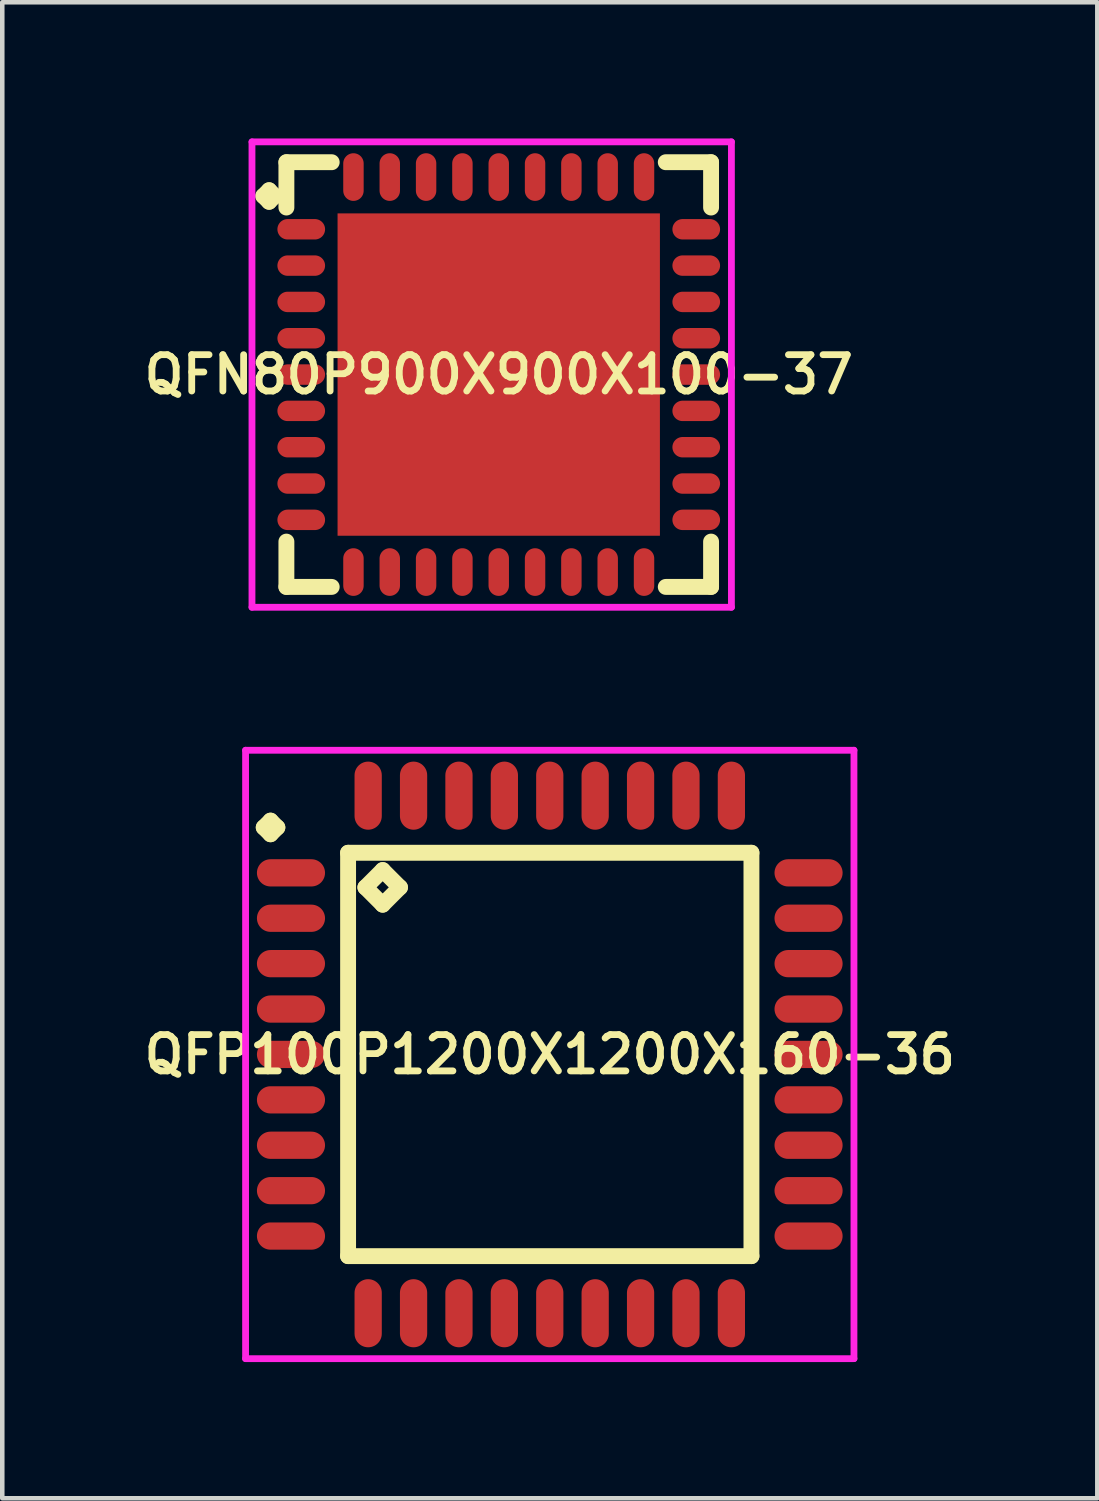
<source format=kicad_pcb>
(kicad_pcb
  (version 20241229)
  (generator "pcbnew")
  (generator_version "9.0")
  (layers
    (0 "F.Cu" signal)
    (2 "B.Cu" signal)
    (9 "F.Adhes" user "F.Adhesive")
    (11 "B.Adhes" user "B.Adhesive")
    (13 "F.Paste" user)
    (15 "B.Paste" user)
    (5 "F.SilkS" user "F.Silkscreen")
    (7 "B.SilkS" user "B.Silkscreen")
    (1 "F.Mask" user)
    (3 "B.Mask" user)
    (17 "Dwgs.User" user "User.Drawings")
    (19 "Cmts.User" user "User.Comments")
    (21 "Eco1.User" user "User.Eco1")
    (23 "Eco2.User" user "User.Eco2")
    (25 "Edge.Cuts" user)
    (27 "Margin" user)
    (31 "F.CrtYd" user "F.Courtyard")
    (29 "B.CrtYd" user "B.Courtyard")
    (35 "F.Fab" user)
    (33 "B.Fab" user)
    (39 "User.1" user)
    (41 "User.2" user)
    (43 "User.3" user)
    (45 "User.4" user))
  (footprint "QFP100P1200X1200X160-36"
    (layer "F.Cu")
    (at 9.059 20.175)
    (property "Reference" "QFP100P1200X1200X160-36" (at 0 0 0) (layer "F.SilkS") (effects (font (size 0.8 0.8) (thickness 0.15))))
    (attr through_hole)
    (fp_line (start -6.3 -5) (end -6.15 -5.15) (stroke (width 0.35) (type solid)) (layer "F.SilkS"))
    (fp_line (start -6.15 -5.15) (end -6 -5) (stroke (width 0.35) (type solid)) (layer "F.SilkS"))
    (fp_line (start -6.15 -4.85) (end -6.3 -5) (stroke (width 0.35) (type solid)) (layer "F.SilkS"))
    (fp_line (start -6 -5) (end -6.15 -4.85) (stroke (width 0.35) (type solid)) (layer "F.SilkS"))
    (fp_line (start -4.442 -4.442) (end -4.442 4.442) (stroke (width 0.35) (type solid)) (layer "F.SilkS"))
    (fp_line (start -4.442 4.442) (end 4.442 4.442) (stroke (width 0.35) (type solid)) (layer "F.SilkS"))
    (fp_line (start -4.061 -3.68) (end -3.68 -4.061) (stroke (width 0.35) (type solid)) (layer "F.SilkS"))
    (fp_line (start -3.68 -4.061) (end -3.299 -3.68) (stroke (width 0.35) (type solid)) (layer "F.SilkS"))
    (fp_line (start -3.68 -3.299) (end -4.061 -3.68) (stroke (width 0.35) (type solid)) (layer "F.SilkS"))
    (fp_line (start -3.299 -3.68) (end -3.68 -3.299) (stroke (width 0.35) (type solid)) (layer "F.SilkS"))
    (fp_line (start 4.442 -4.442) (end -4.442 -4.442) (stroke (width 0.35) (type solid)) (layer "F.SilkS"))
    (fp_line (start 4.442 4.442) (end 4.442 -4.442) (stroke (width 0.35) (type solid)) (layer "F.SilkS"))
    (fp_line (start -6.7 -6.7) (end 6.7 -6.7) (stroke (width 0.15) (type solid)) (layer "F.CrtYd"))
    (fp_line (start -6.7 6.7) (end -6.7 -6.7) (stroke (width 0.15) (type solid)) (layer "F.CrtYd"))
    (fp_line (start 6.7 -6.7) (end 6.7 6.7) (stroke (width 0.15) (type solid)) (layer "F.CrtYd"))
    (fp_line (start 6.7 6.7) (end -6.7 6.7) (stroke (width 0.15) (type solid)) (layer "F.CrtYd"))
    (pad "1" smd oval (at -5.7 -4) (size 1.5 0.6) (layers "F.Cu" "F.Mask" "F.Paste"))
    (pad "2" smd oval (at -5.7 -3) (size 1.5 0.6) (layers "F.Cu" "F.Mask" "F.Paste"))
    (pad "3" smd oval (at -5.7 -2) (size 1.5 0.6) (layers "F.Cu" "F.Mask" "F.Paste"))
    (pad "4" smd oval (at -5.7 -1) (size 1.5 0.6) (layers "F.Cu" "F.Mask" "F.Paste"))
    (pad "5" smd oval (at -5.7 0) (size 1.5 0.6) (layers "F.Cu" "F.Mask" "F.Paste"))
    (pad "6" smd oval (at -5.7 1) (size 1.5 0.6) (layers "F.Cu" "F.Mask" "F.Paste"))
    (pad "7" smd oval (at -5.7 2) (size 1.5 0.6) (layers "F.Cu" "F.Mask" "F.Paste"))
    (pad "8" smd oval (at -5.7 3) (size 1.5 0.6) (layers "F.Cu" "F.Mask" "F.Paste"))
    (pad "9" smd oval (at -5.7 4) (size 1.5 0.6) (layers "F.Cu" "F.Mask" "F.Paste"))
    (pad "10" smd oval (at -4 5.7) (size 0.6 1.5) (layers "F.Cu" "F.Mask" "F.Paste"))
    (pad "11" smd oval (at -3 5.7) (size 0.6 1.5) (layers "F.Cu" "F.Mask" "F.Paste"))
    (pad "12" smd oval (at -2 5.7) (size 0.6 1.5) (layers "F.Cu" "F.Mask" "F.Paste"))
    (pad "13" smd oval (at -1 5.7) (size 0.6 1.5) (layers "F.Cu" "F.Mask" "F.Paste"))
    (pad "14" smd oval (at 0 5.7) (size 0.6 1.5) (layers "F.Cu" "F.Mask" "F.Paste"))
    (pad "15" smd oval (at 1 5.7) (size 0.6 1.5) (layers "F.Cu" "F.Mask" "F.Paste"))
    (pad "16" smd oval (at 2 5.7) (size 0.6 1.5) (layers "F.Cu" "F.Mask" "F.Paste"))
    (pad "17" smd oval (at 3 5.7) (size 0.6 1.5) (layers "F.Cu" "F.Mask" "F.Paste"))
    (pad "18" smd oval (at 4 5.7) (size 0.6 1.5) (layers "F.Cu" "F.Mask" "F.Paste"))
    (pad "19" smd oval (at 5.7 4) (size 1.5 0.6) (layers "F.Cu" "F.Mask" "F.Paste"))
    (pad "20" smd oval (at 5.7 3) (size 1.5 0.6) (layers "F.Cu" "F.Mask" "F.Paste"))
    (pad "21" smd oval (at 5.7 2) (size 1.5 0.6) (layers "F.Cu" "F.Mask" "F.Paste"))
    (pad "22" smd oval (at 5.7 1) (size 1.5 0.6) (layers "F.Cu" "F.Mask" "F.Paste"))
    (pad "23" smd oval (at 5.7 0) (size 1.5 0.6) (layers "F.Cu" "F.Mask" "F.Paste"))
    (pad "24" smd oval (at 5.7 -1) (size 1.5 0.6) (layers "F.Cu" "F.Mask" "F.Paste"))
    (pad "25" smd oval (at 5.7 -2) (size 1.5 0.6) (layers "F.Cu" "F.Mask" "F.Paste"))
    (pad "26" smd oval (at 5.7 -3) (size 1.5 0.6) (layers "F.Cu" "F.Mask" "F.Paste"))
    (pad "27" smd oval (at 5.7 -4) (size 1.5 0.6) (layers "F.Cu" "F.Mask" "F.Paste"))
    (pad "28" smd oval (at 4 -5.7) (size 0.6 1.5) (layers "F.Cu" "F.Mask" "F.Paste"))
    (pad "29" smd oval (at 3 -5.7) (size 0.6 1.5) (layers "F.Cu" "F.Mask" "F.Paste"))
    (pad "30" smd oval (at 2 -5.7) (size 0.6 1.5) (layers "F.Cu" "F.Mask" "F.Paste"))
    (pad "31" smd oval (at 1 -5.7) (size 0.6 1.5) (layers "F.Cu" "F.Mask" "F.Paste"))
    (pad "32" smd oval (at 0 -5.7) (size 0.6 1.5) (layers "F.Cu" "F.Mask" "F.Paste"))
    (pad "33" smd oval (at -1 -5.7) (size 0.6 1.5) (layers "F.Cu" "F.Mask" "F.Paste"))
    (pad "34" smd oval (at -2 -5.7) (size 0.6 1.5) (layers "F.Cu" "F.Mask" "F.Paste"))
    (pad "35" smd oval (at -3 -5.7) (size 0.6 1.5) (layers "F.Cu" "F.Mask" "F.Paste"))
    (pad "36" smd oval (at -4 -5.7) (size 0.6 1.5) (layers "F.Cu" "F.Mask" "F.Paste")))
  (footprint "QFN80P900X900X100-37"
    (layer "F.Cu")
    (at 7.935 5.2)
    (property "Reference" "QFN80P900X900X100-37" (at 0 0 0) (layer "F.SilkS") (effects (font (size 0.8 0.8) (thickness 0.15))))
    (attr smd)
    (fp_line (start -5.185 -3.933) (end -5.058 -4.06) (stroke (width 0.35) (type solid)) (layer "F.SilkS"))
    (fp_line (start -5.058 -4.06) (end -4.931 -3.933) (stroke (width 0.35) (type solid)) (layer "F.SilkS"))
    (fp_line (start -5.058 -3.806) (end -5.185 -3.933) (stroke (width 0.35) (type solid)) (layer "F.SilkS"))
    (fp_line (start -4.931 -3.933) (end -5.058 -3.806) (stroke (width 0.35) (type solid)) (layer "F.SilkS"))
    (fp_line (start -4.677 -4.677) (end -3.679 -4.677) (stroke (width 0.35) (type solid)) (layer "F.SilkS"))
    (fp_line (start -4.677 -3.679) (end -4.677 -4.677) (stroke (width 0.35) (type solid)) (layer "F.SilkS"))
    (fp_line (start -4.677 3.679) (end -4.677 4.677) (stroke (width 0.35) (type solid)) (layer "F.SilkS"))
    (fp_line (start -4.677 4.677) (end -3.679 4.677) (stroke (width 0.35) (type solid)) (layer "F.SilkS"))
    (fp_line (start 3.679 -4.677) (end 4.677 -4.677) (stroke (width 0.35) (type solid)) (layer "F.SilkS"))
    (fp_line (start 3.679 4.677) (end 4.677 4.677) (stroke (width 0.35) (type solid)) (layer "F.SilkS"))
    (fp_line (start 4.677 -4.677) (end 4.677 -3.679) (stroke (width 0.35) (type solid)) (layer "F.SilkS"))
    (fp_line (start 4.677 4.677) (end 4.677 3.679) (stroke (width 0.35) (type solid)) (layer "F.SilkS"))
    (fp_line (start -5.435 -5.125) (end 5.125 -5.125) (stroke (width 0.15) (type solid)) (layer "F.CrtYd"))
    (fp_line (start -5.435 5.125) (end -5.435 -5.125) (stroke (width 0.15) (type solid)) (layer "F.CrtYd"))
    (fp_line (start 5.125 -5.125) (end 5.125 5.125) (stroke (width 0.15) (type solid)) (layer "F.CrtYd"))
    (fp_line (start 5.125 5.125) (end -5.435 5.125) (stroke (width 0.15) (type solid)) (layer "F.CrtYd"))
    (pad "1" smd oval (at -4.35 -3.2) (size 1.05 0.45) (layers "F.Cu" "F.Mask" "F.Paste"))
    (pad "2" smd oval (at -4.35 -2.4) (size 1.05 0.45) (layers "F.Cu" "F.Mask" "F.Paste"))
    (pad "3" smd oval (at -4.35 -1.6) (size 1.05 0.45) (layers "F.Cu" "F.Mask" "F.Paste"))
    (pad "4" smd oval (at -4.35 -0.8) (size 1.05 0.45) (layers "F.Cu" "F.Mask" "F.Paste"))
    (pad "5" smd oval (at -4.35 0) (size 1.05 0.45) (layers "F.Cu" "F.Mask" "F.Paste"))
    (pad "6" smd oval (at -4.35 0.8) (size 1.05 0.45) (layers "F.Cu" "F.Mask" "F.Paste"))
    (pad "7" smd oval (at -4.35 1.6) (size 1.05 0.45) (layers "F.Cu" "F.Mask" "F.Paste"))
    (pad "8" smd oval (at -4.35 2.4) (size 1.05 0.45) (layers "F.Cu" "F.Mask" "F.Paste"))
    (pad "9" smd oval (at -4.35 3.2) (size 1.05 0.45) (layers "F.Cu" "F.Mask" "F.Paste"))
    (pad "10" smd oval (at -3.2 4.35) (size 0.45 1.05) (layers "F.Cu" "F.Mask" "F.Paste"))
    (pad "11" smd oval (at -2.4 4.35) (size 0.45 1.05) (layers "F.Cu" "F.Mask" "F.Paste"))
    (pad "12" smd oval (at -1.6 4.35) (size 0.45 1.05) (layers "F.Cu" "F.Mask" "F.Paste"))
    (pad "13" smd oval (at -0.8 4.35) (size 0.45 1.05) (layers "F.Cu" "F.Mask" "F.Paste"))
    (pad "14" smd oval (at 0 4.35) (size 0.45 1.05) (layers "F.Cu" "F.Mask" "F.Paste"))
    (pad "15" smd oval (at 0.8 4.35) (size 0.45 1.05) (layers "F.Cu" "F.Mask" "F.Paste"))
    (pad "16" smd oval (at 1.6 4.35) (size 0.45 1.05) (layers "F.Cu" "F.Mask" "F.Paste"))
    (pad "17" smd oval (at 2.4 4.35) (size 0.45 1.05) (layers "F.Cu" "F.Mask" "F.Paste"))
    (pad "18" smd oval (at 3.2 4.35) (size 0.45 1.05) (layers "F.Cu" "F.Mask" "F.Paste"))
    (pad "19" smd oval (at 4.35 3.2) (size 1.05 0.45) (layers "F.Cu" "F.Mask" "F.Paste"))
    (pad "20" smd oval (at 4.35 2.4) (size 1.05 0.45) (layers "F.Cu" "F.Mask" "F.Paste"))
    (pad "21" smd oval (at 4.35 1.6) (size 1.05 0.45) (layers "F.Cu" "F.Mask" "F.Paste"))
    (pad "22" smd oval (at 4.35 0.8) (size 1.05 0.45) (layers "F.Cu" "F.Mask" "F.Paste"))
    (pad "23" smd oval (at 4.35 0) (size 1.05 0.45) (layers "F.Cu" "F.Mask" "F.Paste"))
    (pad "24" smd oval (at 4.35 -0.8) (size 1.05 0.45) (layers "F.Cu" "F.Mask" "F.Paste"))
    (pad "25" smd oval (at 4.35 -1.6) (size 1.05 0.45) (layers "F.Cu" "F.Mask" "F.Paste"))
    (pad "26" smd oval (at 4.35 -2.4) (size 1.05 0.45) (layers "F.Cu" "F.Mask" "F.Paste"))
    (pad "27" smd oval (at 4.35 -3.2) (size 1.05 0.45) (layers "F.Cu" "F.Mask" "F.Paste"))
    (pad "28" smd oval (at 3.2 -4.35) (size 0.45 1.05) (layers "F.Cu" "F.Mask" "F.Paste"))
    (pad "29" smd oval (at 2.4 -4.35) (size 0.45 1.05) (layers "F.Cu" "F.Mask" "F.Paste"))
    (pad "30" smd oval (at 1.6 -4.35) (size 0.45 1.05) (layers "F.Cu" "F.Mask" "F.Paste"))
    (pad "31" smd oval (at 0.8 -4.35) (size 0.45 1.05) (layers "F.Cu" "F.Mask" "F.Paste"))
    (pad "32" smd oval (at 0 -4.35) (size 0.45 1.05) (layers "F.Cu" "F.Mask" "F.Paste"))
    (pad "33" smd oval (at -0.8 -4.35) (size 0.45 1.05) (layers "F.Cu" "F.Mask" "F.Paste"))
    (pad "34" smd oval (at -1.6 -4.35) (size 0.45 1.05) (layers "F.Cu" "F.Mask" "F.Paste"))
    (pad "35" smd oval (at -2.4 -4.35) (size 0.45 1.05) (layers "F.Cu" "F.Mask" "F.Paste"))
    (pad "36" smd oval (at -3.2 -4.35) (size 0.45 1.05) (layers "F.Cu" "F.Mask" "F.Paste"))
    (pad "37" smd rect (at 0 0) (size 7.1 7.1) (layers "F.Cu" "F.Mask" "F.Paste")))
  (gr_rect
    (start -3 -3)
    (end 21.119 29.95)
    (stroke (width 0.1) (type default))
    (fill no)
    (layer "Edge.Cuts")))
</source>
